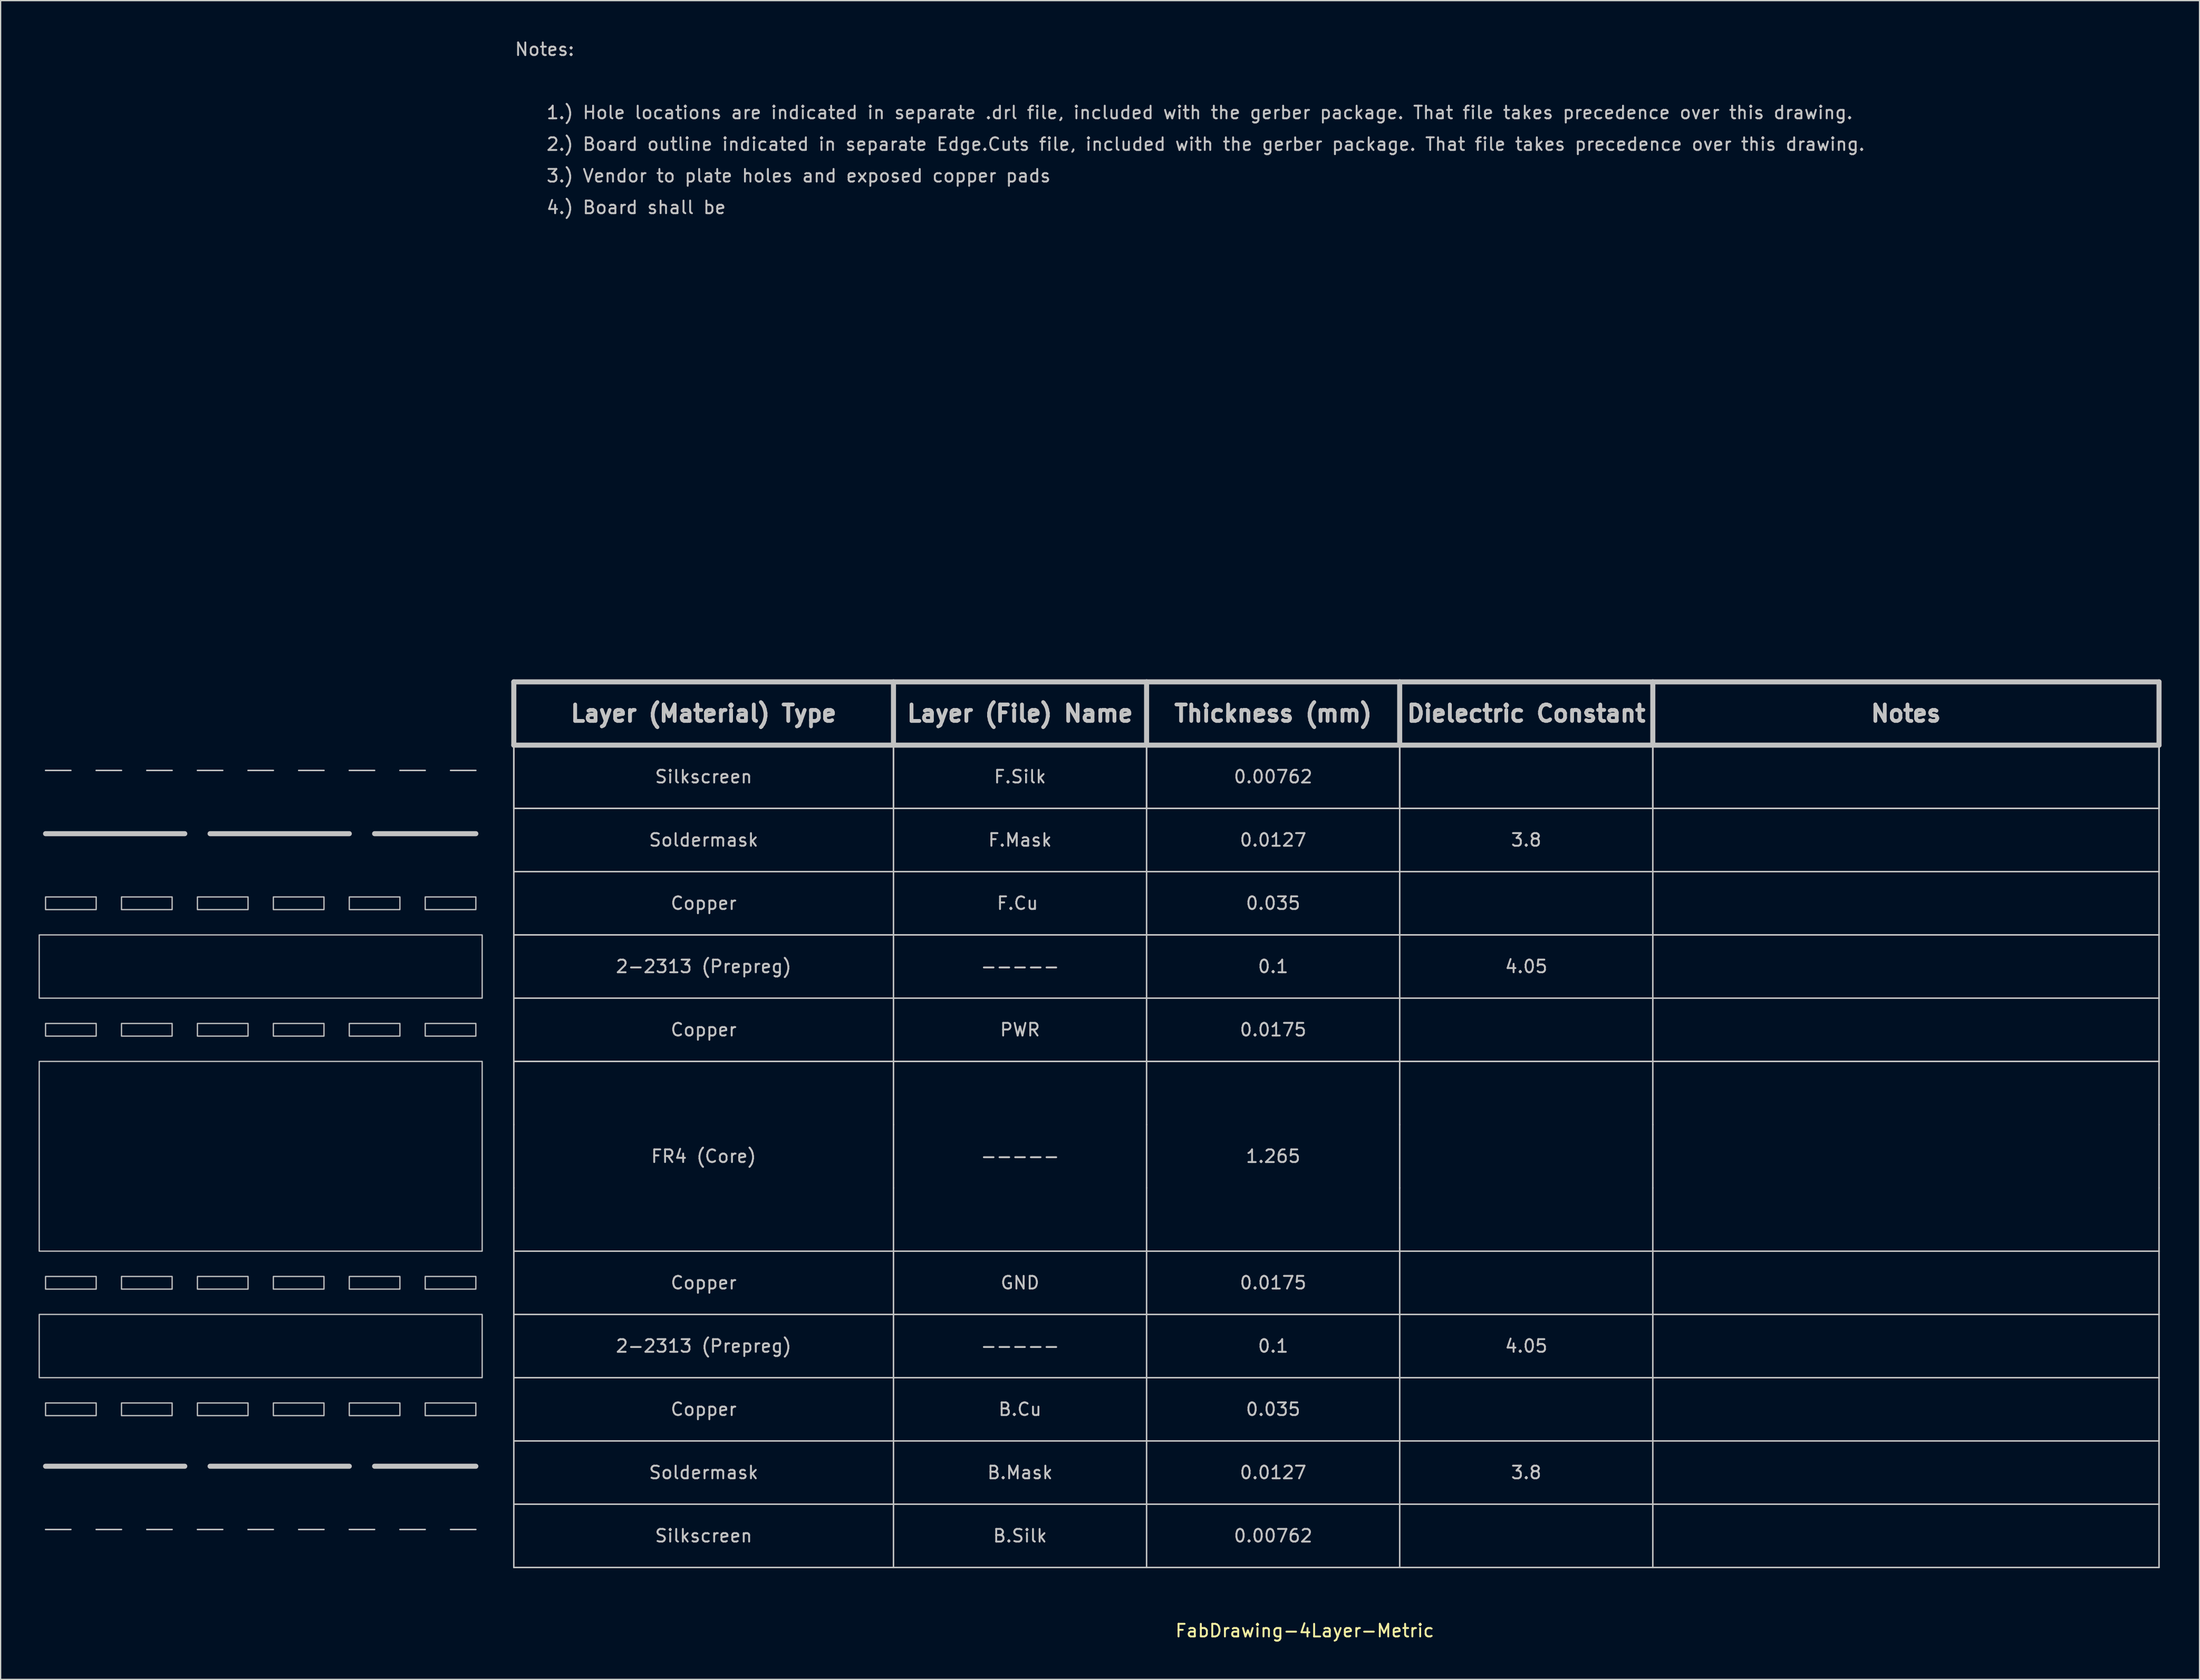
<source format=kicad_pcb>
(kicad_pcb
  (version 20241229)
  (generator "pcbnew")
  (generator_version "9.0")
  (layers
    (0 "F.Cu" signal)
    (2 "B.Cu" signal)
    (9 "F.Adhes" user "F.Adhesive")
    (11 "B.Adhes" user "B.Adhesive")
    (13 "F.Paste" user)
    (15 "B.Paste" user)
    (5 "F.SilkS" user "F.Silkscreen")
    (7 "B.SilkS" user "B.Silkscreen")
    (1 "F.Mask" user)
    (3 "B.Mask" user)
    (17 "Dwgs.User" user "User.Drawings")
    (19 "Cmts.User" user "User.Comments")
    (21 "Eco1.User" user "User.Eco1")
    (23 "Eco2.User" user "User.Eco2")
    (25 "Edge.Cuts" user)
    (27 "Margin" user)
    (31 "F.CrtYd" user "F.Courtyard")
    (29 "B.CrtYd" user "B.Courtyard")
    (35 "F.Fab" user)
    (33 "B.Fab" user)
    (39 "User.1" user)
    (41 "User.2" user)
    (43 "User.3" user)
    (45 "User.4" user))
  (footprint "FabDrawing-4Layer-Metric"
    (layer "F.Cu")
    (at 37.55 55.848)
    (property "Reference" "FabDrawing-4Layer-Metric" (at 62.5 70 0) (layer "F.SilkS") (effects (font (size 1 1) (thickness 0.15))))
    (attr exclude_from_pos_files exclude_from_bom)
    (fp_line (start -37 7) (end -26 7) (stroke (width 0.4) (type solid)) (layer "Dwgs.User"))
    (fp_line (start -37 57) (end -26 57) (stroke (width 0.4) (type solid)) (layer "Dwgs.User"))
    (fp_line (start -35 2) (end -37 2) (stroke (width 0.12) (type solid)) (layer "Dwgs.User"))
    (fp_line (start -35 62) (end -37 62) (stroke (width 0.12) (type solid)) (layer "Dwgs.User"))
    (fp_line (start -31 2) (end -33 2) (stroke (width 0.12) (type solid)) (layer "Dwgs.User"))
    (fp_line (start -31 62) (end -33 62) (stroke (width 0.12) (type solid)) (layer "Dwgs.User"))
    (fp_line (start -27 2) (end -29 2) (stroke (width 0.12) (type solid)) (layer "Dwgs.User"))
    (fp_line (start -27 62) (end -29 62) (stroke (width 0.12) (type solid)) (layer "Dwgs.User"))
    (fp_line (start -24 7) (end -13 7) (stroke (width 0.4) (type solid)) (layer "Dwgs.User"))
    (fp_line (start -24 57) (end -13 57) (stroke (width 0.4) (type solid)) (layer "Dwgs.User"))
    (fp_line (start -23 2) (end -25 2) (stroke (width 0.12) (type solid)) (layer "Dwgs.User"))
    (fp_line (start -23 62) (end -25 62) (stroke (width 0.12) (type solid)) (layer "Dwgs.User"))
    (fp_line (start -19 2) (end -21 2) (stroke (width 0.12) (type solid)) (layer "Dwgs.User"))
    (fp_line (start -19 62) (end -21 62) (stroke (width 0.12) (type solid)) (layer "Dwgs.User"))
    (fp_line (start -15 2) (end -17 2) (stroke (width 0.12) (type solid)) (layer "Dwgs.User"))
    (fp_line (start -15 62) (end -17 62) (stroke (width 0.12) (type solid)) (layer "Dwgs.User"))
    (fp_line (start -11 2) (end -13 2) (stroke (width 0.12) (type solid)) (layer "Dwgs.User"))
    (fp_line (start -11 7) (end -3 7) (stroke (width 0.4) (type solid)) (layer "Dwgs.User"))
    (fp_line (start -11 57) (end -3 57) (stroke (width 0.4) (type solid)) (layer "Dwgs.User"))
    (fp_line (start -11 62) (end -13 62) (stroke (width 0.12) (type solid)) (layer "Dwgs.User"))
    (fp_line (start -7 2) (end -9 2) (stroke (width 0.12) (type solid)) (layer "Dwgs.User"))
    (fp_line (start -7 62) (end -9 62) (stroke (width 0.12) (type solid)) (layer "Dwgs.User"))
    (fp_line (start -3 2) (end -5 2) (stroke (width 0.12) (type solid)) (layer "Dwgs.User"))
    (fp_line (start -3 62) (end -5 62) (stroke (width 0.12) (type solid)) (layer "Dwgs.User"))
    (fp_line (start 0 -5) (end 30 -5) (stroke (width 0.4) (type solid)) (layer "Dwgs.User"))
    (fp_line (start 0 0) (end 0 -5) (stroke (width 0.4) (type solid)) (layer "Dwgs.User"))
    (fp_line (start 0 0) (end 0 5) (stroke (width 0.12) (type solid)) (layer "Dwgs.User"))
    (fp_line (start 0 0) (end 0 5) (stroke (width 0.12) (type solid)) (layer "Dwgs.User"))
    (fp_line (start 0 0) (end 0 5) (stroke (width 0.12) (type solid)) (layer "Dwgs.User"))
    (fp_line (start 0 0) (end 30 0) (stroke (width 0.12) (type solid)) (layer "Dwgs.User"))
    (fp_line (start 0 0) (end 30 0) (stroke (width 0.12) (type solid)) (layer "Dwgs.User"))
    (fp_line (start 0 0) (end 30 0) (stroke (width 0.12) (type solid)) (layer "Dwgs.User"))
    (fp_line (start 0 5) (end 0 10) (stroke (width 0.12) (type solid)) (layer "Dwgs.User"))
    (fp_line (start 0 5) (end 30 5) (stroke (width 0.12) (type solid)) (layer "Dwgs.User"))
    (fp_line (start 0 5) (end 30 5) (stroke (width 0.12) (type solid)) (layer "Dwgs.User"))
    (fp_line (start 0 5) (end 30 5) (stroke (width 0.12) (type solid)) (layer "Dwgs.User"))
    (fp_line (start 0 10) (end 0 15) (stroke (width 0.12) (type solid)) (layer "Dwgs.User"))
    (fp_line (start 0 10) (end 30 10) (stroke (width 0.12) (type solid)) (layer "Dwgs.User"))
    (fp_line (start 0 15) (end 0 20) (stroke (width 0.12) (type solid)) (layer "Dwgs.User"))
    (fp_line (start 0 15) (end 30 15) (stroke (width 0.12) (type solid)) (layer "Dwgs.User"))
    (fp_line (start 0 15) (end 30 15) (stroke (width 0.12) (type solid)) (layer "Dwgs.User"))
    (fp_line (start 0 15) (end 30 15) (stroke (width 0.12) (type solid)) (layer "Dwgs.User"))
    (fp_line (start 0 20) (end 0 25) (stroke (width 0.12) (type solid)) (layer "Dwgs.User"))
    (fp_line (start 0 20) (end 30 20) (stroke (width 0.12) (type solid)) (layer "Dwgs.User"))
    (fp_line (start 0 25) (end 0 30) (stroke (width 0.12) (type solid)) (layer "Dwgs.User"))
    (fp_line (start 0 25) (end 30 25) (stroke (width 0.12) (type solid)) (layer "Dwgs.User"))
    (fp_line (start 0 25) (end 30 25) (stroke (width 0.12) (type solid)) (layer "Dwgs.User"))
    (fp_line (start 0 30) (end 0 35) (stroke (width 0.12) (type solid)) (layer "Dwgs.User"))
    (fp_line (start 0 35) (end 0 40) (stroke (width 0.12) (type solid)) (layer "Dwgs.User"))
    (fp_line (start 0 40) (end 0 45) (stroke (width 0.12) (type solid)) (layer "Dwgs.User"))
    (fp_line (start 0 40) (end 30 40) (stroke (width 0.12) (type solid)) (layer "Dwgs.User"))
    (fp_line (start 0 45) (end 0 50) (stroke (width 0.12) (type solid)) (layer "Dwgs.User"))
    (fp_line (start 0 45) (end 30 45) (stroke (width 0.12) (type solid)) (layer "Dwgs.User"))
    (fp_line (start 0 50) (end 0 55) (stroke (width 0.12) (type solid)) (layer "Dwgs.User"))
    (fp_line (start 0 50) (end 30 50) (stroke (width 0.12) (type solid)) (layer "Dwgs.User"))
    (fp_line (start 0 55) (end 0 60) (stroke (width 0.12) (type solid)) (layer "Dwgs.User"))
    (fp_line (start 0 55) (end 30 55) (stroke (width 0.12) (type solid)) (layer "Dwgs.User"))
    (fp_line (start 0 60) (end 0 65) (stroke (width 0.12) (type solid)) (layer "Dwgs.User"))
    (fp_line (start 0 60) (end 30 60) (stroke (width 0.12) (type solid)) (layer "Dwgs.User"))
    (fp_line (start 0 65) (end 30 65) (stroke (width 0.12) (type solid)) (layer "Dwgs.User"))
    (fp_line (start 30 -5) (end 30 0) (stroke (width 0.4) (type solid)) (layer "Dwgs.User"))
    (fp_line (start 30 0) (end 0 0) (stroke (width 0.4) (type solid)) (layer "Dwgs.User"))
    (fp_line (start 30 0) (end 30 5) (stroke (width 0.12) (type solid)) (layer "Dwgs.User"))
    (fp_line (start 30 0) (end 30 5) (stroke (width 0.12) (type solid)) (layer "Dwgs.User"))
    (fp_line (start 30 0) (end 30 5) (stroke (width 0.12) (type solid)) (layer "Dwgs.User"))
    (fp_line (start 30 0) (end 50 0) (stroke (width 0.12) (type solid)) (layer "Dwgs.User"))
    (fp_line (start 30 0) (end 50 0) (stroke (width 0.12) (type solid)) (layer "Dwgs.User"))
    (fp_line (start 30 0) (end 50 0) (stroke (width 0.12) (type solid)) (layer "Dwgs.User"))
    (fp_line (start 30 0) (end 50 0) (stroke (width 0.4) (type solid)) (layer "Dwgs.User"))
    (fp_line (start 30 5) (end 30 10) (stroke (width 0.12) (type solid)) (layer "Dwgs.User"))
    (fp_line (start 30 10) (end 30 15) (stroke (width 0.12) (type solid)) (layer "Dwgs.User"))
    (fp_line (start 30 10) (end 50 10) (stroke (width 0.12) (type solid)) (layer "Dwgs.User"))
    (fp_line (start 30 15) (end 30 20) (stroke (width 0.12) (type solid)) (layer "Dwgs.User"))
    (fp_line (start 30 20) (end 30 25) (stroke (width 0.12) (type solid)) (layer "Dwgs.User"))
    (fp_line (start 30 20) (end 50 20) (stroke (width 0.12) (type solid)) (layer "Dwgs.User"))
    (fp_line (start 30 25) (end 50 25) (stroke (width 0.12) (type solid)) (layer "Dwgs.User"))
    (fp_line (start 30 30) (end 30 25) (stroke (width 0.12) (type solid)) (layer "Dwgs.User"))
    (fp_line (start 30 35) (end 30 30) (stroke (width 0.12) (type solid)) (layer "Dwgs.User"))
    (fp_line (start 30 40) (end 30 35) (stroke (width 0.12) (type solid)) (layer "Dwgs.User"))
    (fp_line (start 30 40) (end 30 45) (stroke (width 0.12) (type solid)) (layer "Dwgs.User"))
    (fp_line (start 30 40) (end 50 40) (stroke (width 0.12) (type solid)) (layer "Dwgs.User"))
    (fp_line (start 30 45) (end 50 45) (stroke (width 0.12) (type solid)) (layer "Dwgs.User"))
    (fp_line (start 30 50) (end 30 45) (stroke (width 0.12) (type solid)) (layer "Dwgs.User"))
    (fp_line (start 30 50) (end 50 50) (stroke (width 0.12) (type solid)) (layer "Dwgs.User"))
    (fp_line (start 30 55) (end 30 50) (stroke (width 0.12) (type solid)) (layer "Dwgs.User"))
    (fp_line (start 30 60) (end 30 55) (stroke (width 0.12) (type solid)) (layer "Dwgs.User"))
    (fp_line (start 30 60) (end 50 60) (stroke (width 0.12) (type solid)) (layer "Dwgs.User"))
    (fp_line (start 30 65) (end 30 60) (stroke (width 0.12) (type solid)) (layer "Dwgs.User"))
    (fp_line (start 30 65) (end 50 65) (stroke (width 0.12) (type solid)) (layer "Dwgs.User"))
    (fp_line (start 50 -5) (end 30 -5) (stroke (width 0.4) (type solid)) (layer "Dwgs.User"))
    (fp_line (start 50 -5) (end 70 -5) (stroke (width 0.4) (type solid)) (layer "Dwgs.User"))
    (fp_line (start 50 0) (end 50 -5) (stroke (width 0.4) (type solid)) (layer "Dwgs.User"))
    (fp_line (start 50 0) (end 50 5) (stroke (width 0.12) (type solid)) (layer "Dwgs.User"))
    (fp_line (start 50 0) (end 50 5) (stroke (width 0.12) (type solid)) (layer "Dwgs.User"))
    (fp_line (start 50 0) (end 50 5) (stroke (width 0.12) (type solid)) (layer "Dwgs.User"))
    (fp_line (start 50 5) (end 30 5) (stroke (width 0.12) (type solid)) (layer "Dwgs.User"))
    (fp_line (start 50 5) (end 30 5) (stroke (width 0.12) (type solid)) (layer "Dwgs.User"))
    (fp_line (start 50 5) (end 30 5) (stroke (width 0.12) (type solid)) (layer "Dwgs.User"))
    (fp_line (start 50 5) (end 50 10) (stroke (width 0.12) (type solid)) (layer "Dwgs.User"))
    (fp_line (start 50 5) (end 70 5) (stroke (width 0.12) (type solid)) (layer "Dwgs.User"))
    (fp_line (start 50 5) (end 70 5) (stroke (width 0.12) (type solid)) (layer "Dwgs.User"))
    (fp_line (start 50 5) (end 70 5) (stroke (width 0.12) (type solid)) (layer "Dwgs.User"))
    (fp_line (start 50 10) (end 50 15) (stroke (width 0.12) (type solid)) (layer "Dwgs.User"))
    (fp_line (start 50 15) (end 30 15) (stroke (width 0.12) (type solid)) (layer "Dwgs.User"))
    (fp_line (start 50 15) (end 30 15) (stroke (width 0.12) (type solid)) (layer "Dwgs.User"))
    (fp_line (start 50 15) (end 30 15) (stroke (width 0.12) (type solid)) (layer "Dwgs.User"))
    (fp_line (start 50 15) (end 50 20) (stroke (width 0.12) (type solid)) (layer "Dwgs.User"))
    (fp_line (start 50 15) (end 70 15) (stroke (width 0.12) (type solid)) (layer "Dwgs.User"))
    (fp_line (start 50 15) (end 70 15) (stroke (width 0.12) (type solid)) (layer "Dwgs.User"))
    (fp_line (start 50 15) (end 70 15) (stroke (width 0.12) (type solid)) (layer "Dwgs.User"))
    (fp_line (start 50 20) (end 70 20) (stroke (width 0.12) (type solid)) (layer "Dwgs.User"))
    (fp_line (start 50 25) (end 30 25) (stroke (width 0.12) (type solid)) (layer "Dwgs.User"))
    (fp_line (start 50 25) (end 50 20) (stroke (width 0.12) (type solid)) (layer "Dwgs.User"))
    (fp_line (start 50 25) (end 70 25) (stroke (width 0.12) (type solid)) (layer "Dwgs.User"))
    (fp_line (start 50 25) (end 70 25) (stroke (width 0.12) (type solid)) (layer "Dwgs.User"))
    (fp_line (start 50 30) (end 50 25) (stroke (width 0.12) (type solid)) (layer "Dwgs.User"))
    (fp_line (start 50 35) (end 50 30) (stroke (width 0.12) (type solid)) (layer "Dwgs.User"))
    (fp_line (start 50 35) (end 50 40) (stroke (width 0.12) (type solid)) (layer "Dwgs.User"))
    (fp_line (start 50 40) (end 70 40) (stroke (width 0.12) (type solid)) (layer "Dwgs.User"))
    (fp_line (start 50 45) (end 50 40) (stroke (width 0.12) (type solid)) (layer "Dwgs.User"))
    (fp_line (start 50 45) (end 50 50) (stroke (width 0.12) (type solid)) (layer "Dwgs.User"))
    (fp_line (start 50 45) (end 70 45) (stroke (width 0.12) (type solid)) (layer "Dwgs.User"))
    (fp_line (start 50 50) (end 50 55) (stroke (width 0.12) (type solid)) (layer "Dwgs.User"))
    (fp_line (start 50 50) (end 70 50) (stroke (width 0.12) (type solid)) (layer "Dwgs.User"))
    (fp_line (start 50 55) (end 30 55) (stroke (width 0.12) (type solid)) (layer "Dwgs.User"))
    (fp_line (start 50 60) (end 50 55) (stroke (width 0.12) (type solid)) (layer "Dwgs.User"))
    (fp_line (start 50 60) (end 70 60) (stroke (width 0.12) (type solid)) (layer "Dwgs.User"))
    (fp_line (start 50 65) (end 50 60) (stroke (width 0.12) (type solid)) (layer "Dwgs.User"))
    (fp_line (start 50 65) (end 70 65) (stroke (width 0.12) (type solid)) (layer "Dwgs.User"))
    (fp_line (start 70 -5) (end 70 0) (stroke (width 0.4) (type solid)) (layer "Dwgs.User"))
    (fp_line (start 70 0) (end 50 0) (stroke (width 0.12) (type solid)) (layer "Dwgs.User"))
    (fp_line (start 70 0) (end 50 0) (stroke (width 0.12) (type solid)) (layer "Dwgs.User"))
    (fp_line (start 70 0) (end 50 0) (stroke (width 0.12) (type solid)) (layer "Dwgs.User"))
    (fp_line (start 70 0) (end 50 0) (stroke (width 0.4) (type solid)) (layer "Dwgs.User"))
    (fp_line (start 70 0) (end 70 5) (stroke (width 0.12) (type solid)) (layer "Dwgs.User"))
    (fp_line (start 70 0) (end 70 5) (stroke (width 0.12) (type solid)) (layer "Dwgs.User"))
    (fp_line (start 70 0) (end 70 5) (stroke (width 0.12) (type solid)) (layer "Dwgs.User"))
    (fp_line (start 70 0) (end 90 0) (stroke (width 0.12) (type solid)) (layer "Dwgs.User"))
    (fp_line (start 70 0) (end 90 0) (stroke (width 0.12) (type solid)) (layer "Dwgs.User"))
    (fp_line (start 70 0) (end 90 0) (stroke (width 0.12) (type solid)) (layer "Dwgs.User"))
    (fp_line (start 70 0) (end 90 0) (stroke (width 0.4) (type solid)) (layer "Dwgs.User"))
    (fp_line (start 70 5) (end 70 10) (stroke (width 0.12) (type solid)) (layer "Dwgs.User"))
    (fp_line (start 70 5) (end 90 5) (stroke (width 0.12) (type solid)) (layer "Dwgs.User"))
    (fp_line (start 70 5) (end 90 5) (stroke (width 0.12) (type solid)) (layer "Dwgs.User"))
    (fp_line (start 70 5) (end 90 5) (stroke (width 0.12) (type solid)) (layer "Dwgs.User"))
    (fp_line (start 70 10) (end 50 10) (stroke (width 0.12) (type solid)) (layer "Dwgs.User"))
    (fp_line (start 70 10) (end 70 15) (stroke (width 0.12) (type solid)) (layer "Dwgs.User"))
    (fp_line (start 70 10) (end 90 10) (stroke (width 0.12) (type solid)) (layer "Dwgs.User"))
    (fp_line (start 70 15) (end 70 20) (stroke (width 0.12) (type solid)) (layer "Dwgs.User"))
    (fp_line (start 70 15) (end 90 15) (stroke (width 0.12) (type solid)) (layer "Dwgs.User"))
    (fp_line (start 70 15) (end 90 15) (stroke (width 0.12) (type solid)) (layer "Dwgs.User"))
    (fp_line (start 70 15) (end 90 15) (stroke (width 0.12) (type solid)) (layer "Dwgs.User"))
    (fp_line (start 70 20) (end 90 20) (stroke (width 0.12) (type solid)) (layer "Dwgs.User"))
    (fp_line (start 70 25) (end 70 20) (stroke (width 0.12) (type solid)) (layer "Dwgs.User"))
    (fp_line (start 70 25) (end 90 25) (stroke (width 0.12) (type solid)) (layer "Dwgs.User"))
    (fp_line (start 70 25) (end 90 25) (stroke (width 0.12) (type solid)) (layer "Dwgs.User"))
    (fp_line (start 70 30) (end 70 25) (stroke (width 0.12) (type solid)) (layer "Dwgs.User"))
    (fp_line (start 70 35) (end 70 30) (stroke (width 0.12) (type solid)) (layer "Dwgs.User"))
    (fp_line (start 70 40) (end 70 35) (stroke (width 0.12) (type solid)) (layer "Dwgs.User"))
    (fp_line (start 70 40) (end 90 40) (stroke (width 0.12) (type solid)) (layer "Dwgs.User"))
    (fp_line (start 70 45) (end 70 40) (stroke (width 0.12) (type solid)) (layer "Dwgs.User"))
    (fp_line (start 70 45) (end 90 45) (stroke (width 0.12) (type solid)) (layer "Dwgs.User"))
    (fp_line (start 70 50) (end 70 45) (stroke (width 0.12) (type solid)) (layer "Dwgs.User"))
    (fp_line (start 70 50) (end 70 55) (stroke (width 0.12) (type solid)) (layer "Dwgs.User"))
    (fp_line (start 70 50) (end 90 50) (stroke (width 0.12) (type solid)) (layer "Dwgs.User"))
    (fp_line (start 70 55) (end 50 55) (stroke (width 0.12) (type solid)) (layer "Dwgs.User"))
    (fp_line (start 70 60) (end 70 55) (stroke (width 0.12) (type solid)) (layer "Dwgs.User"))
    (fp_line (start 70 60) (end 90 60) (stroke (width 0.12) (type solid)) (layer "Dwgs.User"))
    (fp_line (start 70 65) (end 70 60) (stroke (width 0.12) (type solid)) (layer "Dwgs.User"))
    (fp_line (start 70 65) (end 90 65) (stroke (width 0.12) (type solid)) (layer "Dwgs.User"))
    (fp_line (start 90 -5) (end 70 -5) (stroke (width 0.4) (type solid)) (layer "Dwgs.User"))
    (fp_line (start 90 0) (end 90 -5) (stroke (width 0.4) (type solid)) (layer "Dwgs.User"))
    (fp_line (start 90 0) (end 90 5) (stroke (width 0.12) (type solid)) (layer "Dwgs.User"))
    (fp_line (start 90 0) (end 90 5) (stroke (width 0.12) (type solid)) (layer "Dwgs.User"))
    (fp_line (start 90 0) (end 90 5) (stroke (width 0.12) (type solid)) (layer "Dwgs.User"))
    (fp_line (start 90 0) (end 130 0) (stroke (width 0.12) (type solid)) (layer "Dwgs.User"))
    (fp_line (start 90 0) (end 130 0) (stroke (width 0.12) (type solid)) (layer "Dwgs.User"))
    (fp_line (start 90 0) (end 130 0) (stroke (width 0.12) (type solid)) (layer "Dwgs.User"))
    (fp_line (start 90 0) (end 130 0) (stroke (width 0.4) (type solid)) (layer "Dwgs.User"))
    (fp_line (start 90 5) (end 90 10) (stroke (width 0.12) (type solid)) (layer "Dwgs.User"))
    (fp_line (start 90 5) (end 130 5) (stroke (width 0.12) (type solid)) (layer "Dwgs.User"))
    (fp_line (start 90 5) (end 130 5) (stroke (width 0.12) (type solid)) (layer "Dwgs.User"))
    (fp_line (start 90 5) (end 130 5) (stroke (width 0.12) (type solid)) (layer "Dwgs.User"))
    (fp_line (start 90 10) (end 90 15) (stroke (width 0.12) (type solid)) (layer "Dwgs.User"))
    (fp_line (start 90 10) (end 130 10) (stroke (width 0.12) (type solid)) (layer "Dwgs.User"))
    (fp_line (start 90 15) (end 90 20) (stroke (width 0.12) (type solid)) (layer "Dwgs.User"))
    (fp_line (start 90 15) (end 130 15) (stroke (width 0.12) (type solid)) (layer "Dwgs.User"))
    (fp_line (start 90 15) (end 130 15) (stroke (width 0.12) (type solid)) (layer "Dwgs.User"))
    (fp_line (start 90 15) (end 130 15) (stroke (width 0.12) (type solid)) (layer "Dwgs.User"))
    (fp_line (start 90 20) (end 130 20) (stroke (width 0.12) (type solid)) (layer "Dwgs.User"))
    (fp_line (start 90 25) (end 90 20) (stroke (width 0.12) (type solid)) (layer "Dwgs.User"))
    (fp_line (start 90 25) (end 130 25) (stroke (width 0.12) (type solid)) (layer "Dwgs.User"))
    (fp_line (start 90 25) (end 130 25) (stroke (width 0.12) (type solid)) (layer "Dwgs.User"))
    (fp_line (start 90 30) (end 90 25) (stroke (width 0.12) (type solid)) (layer "Dwgs.User"))
    (fp_line (start 90 35) (end 90 30) (stroke (width 0.12) (type solid)) (layer "Dwgs.User"))
    (fp_line (start 90 40) (end 90 35) (stroke (width 0.12) (type solid)) (layer "Dwgs.User"))
    (fp_line (start 90 40) (end 90 45) (stroke (width 0.12) (type solid)) (layer "Dwgs.User"))
    (fp_line (start 90 40) (end 130 40) (stroke (width 0.12) (type solid)) (layer "Dwgs.User"))
    (fp_line (start 90 45) (end 130 45) (stroke (width 0.12) (type solid)) (layer "Dwgs.User"))
    (fp_line (start 90 50) (end 90 45) (stroke (width 0.12) (type solid)) (layer "Dwgs.User"))
    (fp_line (start 90 50) (end 90 55) (stroke (width 0.12) (type solid)) (layer "Dwgs.User"))
    (fp_line (start 90 50) (end 130 50) (stroke (width 0.12) (type solid)) (layer "Dwgs.User"))
    (fp_line (start 90 55) (end 70 55) (stroke (width 0.12) (type solid)) (layer "Dwgs.User"))
    (fp_line (start 90 55) (end 130 55) (stroke (width 0.12) (type solid)) (layer "Dwgs.User"))
    (fp_line (start 90 60) (end 90 55) (stroke (width 0.12) (type solid)) (layer "Dwgs.User"))
    (fp_line (start 90 60) (end 130 60) (stroke (width 0.12) (type solid)) (layer "Dwgs.User"))
    (fp_line (start 90 65) (end 90 60) (stroke (width 0.12) (type solid)) (layer "Dwgs.User"))
    (fp_line (start 90 65) (end 130 65) (stroke (width 0.12) (type solid)) (layer "Dwgs.User"))
    (fp_line (start 130 -5) (end 90 -5) (stroke (width 0.4) (type solid)) (layer "Dwgs.User"))
    (fp_line (start 130 0) (end 130 -5) (stroke (width 0.4) (type solid)) (layer "Dwgs.User"))
    (fp_line (start 130 0) (end 130 5) (stroke (width 0.12) (type solid)) (layer "Dwgs.User"))
    (fp_line (start 130 0) (end 130 5) (stroke (width 0.12) (type solid)) (layer "Dwgs.User"))
    (fp_line (start 130 0) (end 130 5) (stroke (width 0.12) (type solid)) (layer "Dwgs.User"))
    (fp_line (start 130 5) (end 130 10) (stroke (width 0.12) (type solid)) (layer "Dwgs.User"))
    (fp_line (start 130 10) (end 130 15) (stroke (width 0.12) (type solid)) (layer "Dwgs.User"))
    (fp_line (start 130 15) (end 130 20) (stroke (width 0.12) (type solid)) (layer "Dwgs.User"))
    (fp_line (start 130 25) (end 130 20) (stroke (width 0.12) (type solid)) (layer "Dwgs.User"))
    (fp_line (start 130 25) (end 130 30) (stroke (width 0.12) (type solid)) (layer "Dwgs.User"))
    (fp_line (start 130 30) (end 130 35) (stroke (width 0.12) (type solid)) (layer "Dwgs.User"))
    (fp_line (start 130 40) (end 130 35) (stroke (width 0.12) (type solid)) (layer "Dwgs.User"))
    (fp_line (start 130 45) (end 130 40) (stroke (width 0.12) (type solid)) (layer "Dwgs.User"))
    (fp_line (start 130 50) (end 130 45) (stroke (width 0.12) (type solid)) (layer "Dwgs.User"))
    (fp_line (start 130 50) (end 130 55) (stroke (width 0.12) (type solid)) (layer "Dwgs.User"))
    (fp_line (start 130 60) (end 130 55) (stroke (width 0.12) (type solid)) (layer "Dwgs.User"))
    (fp_line (start 130 65) (end 130 60) (stroke (width 0.12) (type solid)) (layer "Dwgs.User"))
    (fp_poly (pts (xy -33 13) (xy -37 13) (xy -37 12) (xy -33 12)) (stroke (width 0.1) (type solid)) (fill no) (layer "Dwgs.User"))
    (fp_poly (pts (xy -33 23) (xy -37 23) (xy -37 22) (xy -33 22)) (stroke (width 0.1) (type solid)) (fill no) (layer "Dwgs.User"))
    (fp_poly (pts (xy -33 43) (xy -37 43) (xy -37 42) (xy -33 42)) (stroke (width 0.1) (type solid)) (fill no) (layer "Dwgs.User"))
    (fp_poly (pts (xy -33 53) (xy -37 53) (xy -37 52) (xy -33 52)) (stroke (width 0.1) (type solid)) (fill no) (layer "Dwgs.User"))
    (fp_poly (pts (xy -27 13) (xy -31 13) (xy -31 12) (xy -27 12)) (stroke (width 0.1) (type solid)) (fill no) (layer "Dwgs.User"))
    (fp_poly (pts (xy -27 23) (xy -31 23) (xy -31 22) (xy -27 22)) (stroke (width 0.1) (type solid)) (fill no) (layer "Dwgs.User"))
    (fp_poly (pts (xy -27 43) (xy -31 43) (xy -31 42) (xy -27 42)) (stroke (width 0.1) (type solid)) (fill no) (layer "Dwgs.User"))
    (fp_poly (pts (xy -27 53) (xy -31 53) (xy -31 52) (xy -27 52)) (stroke (width 0.1) (type solid)) (fill no) (layer "Dwgs.User"))
    (fp_poly (pts (xy -21 13) (xy -25 13) (xy -25 12) (xy -21 12)) (stroke (width 0.1) (type solid)) (fill no) (layer "Dwgs.User"))
    (fp_poly (pts (xy -21 23) (xy -25 23) (xy -25 22) (xy -21 22)) (stroke (width 0.1) (type solid)) (fill no) (layer "Dwgs.User"))
    (fp_poly (pts (xy -21 43) (xy -25 43) (xy -25 42) (xy -21 42)) (stroke (width 0.1) (type solid)) (fill no) (layer "Dwgs.User"))
    (fp_poly (pts (xy -21 53) (xy -25 53) (xy -25 52) (xy -21 52)) (stroke (width 0.1) (type solid)) (fill no) (layer "Dwgs.User"))
    (fp_poly (pts (xy -15 13) (xy -19 13) (xy -19 12) (xy -15 12)) (stroke (width 0.1) (type solid)) (fill no) (layer "Dwgs.User"))
    (fp_poly (pts (xy -15 23) (xy -19 23) (xy -19 22) (xy -15 22)) (stroke (width 0.1) (type solid)) (fill no) (layer "Dwgs.User"))
    (fp_poly (pts (xy -15 43) (xy -19 43) (xy -19 42) (xy -15 42)) (stroke (width 0.1) (type solid)) (fill no) (layer "Dwgs.User"))
    (fp_poly (pts (xy -15 53) (xy -19 53) (xy -19 52) (xy -15 52)) (stroke (width 0.1) (type solid)) (fill no) (layer "Dwgs.User"))
    (fp_poly (pts (xy -9 13) (xy -13 13) (xy -13 12) (xy -9 12)) (stroke (width 0.1) (type solid)) (fill no) (layer "Dwgs.User"))
    (fp_poly (pts (xy -9 23) (xy -13 23) (xy -13 22) (xy -9 22)) (stroke (width 0.1) (type solid)) (fill no) (layer "Dwgs.User"))
    (fp_poly (pts (xy -9 43) (xy -13 43) (xy -13 42) (xy -9 42)) (stroke (width 0.1) (type solid)) (fill no) (layer "Dwgs.User"))
    (fp_poly (pts (xy -9 53) (xy -13 53) (xy -13 52) (xy -9 52)) (stroke (width 0.1) (type solid)) (fill no) (layer "Dwgs.User"))
    (fp_poly (pts (xy -3 13) (xy -7 13) (xy -7 12) (xy -3 12)) (stroke (width 0.1) (type solid)) (fill no) (layer "Dwgs.User"))
    (fp_poly (pts (xy -3 23) (xy -7 23) (xy -7 22) (xy -3 22)) (stroke (width 0.1) (type solid)) (fill no) (layer "Dwgs.User"))
    (fp_poly (pts (xy -3 43) (xy -7 43) (xy -7 42) (xy -3 42)) (stroke (width 0.1) (type solid)) (fill no) (layer "Dwgs.User"))
    (fp_poly (pts (xy -3 53) (xy -7 53) (xy -7 52) (xy -3 52)) (stroke (width 0.1) (type solid)) (fill no) (layer "Dwgs.User"))
    (fp_poly (pts (xy -2.5 20) (xy -37.5 20) (xy -37.5 15) (xy -2.5 15)) (stroke (width 0.1) (type solid)) (fill no) (layer "Dwgs.User"))
    (fp_poly (pts (xy -2.5 40) (xy -37.5 40) (xy -37.5 25) (xy -2.5 25)) (stroke (width 0.1) (type solid)) (fill no) (layer "Dwgs.User"))
    (fp_poly (pts (xy -2.5 50) (xy -37.5 50) (xy -37.5 45) (xy -2.5 45)) (stroke (width 0.1) (type solid)) (fill no) (layer "Dwgs.User"))
    (fp_text user "F.Mask" (at 40 7.5 0) (layer "Dwgs.User") (effects (font (size 1 1) (thickness 0.15))))
    (fp_text user "Copper" (at 15 42.5 0) (layer "Dwgs.User") (effects (font (size 1 1) (thickness 0.15))))
    (fp_text user "-----" (at 40 32.5 0) (layer "Dwgs.User") (effects (font (size 1 1) (thickness 0.15))))
    (fp_text user "F.Silk" (at 40 2.5 0) (layer "Dwgs.User") (effects (font (size 1 1) (thickness 0.15))))
    (fp_text user "3.8" (at 80 57.5 0) (layer "Dwgs.User") (effects (font (size 1 1) (thickness 0.15))))
    (fp_text user "0.0175" (at 60 42.5 0) (layer "Dwgs.User") (effects (font (size 1 1) (thickness 0.15))))
    (fp_text user "B.Silk" (at 40 62.5 0) (layer "Dwgs.User") (effects (font (size 1 1) (thickness 0.15))))
    (fp_text user "4.) Board shall be " (at 2.5 -42.5 0) (layer "Dwgs.User") (effects (font (size 1 1) (thickness 0.15)) (justify left)))
    (fp_text user "Copper" (at 15 52.5 0) (layer "Dwgs.User") (effects (font (size 1 1) (thickness 0.15))))
    (fp_text user "0.035" (at 60 12.5 0) (layer "Dwgs.User") (effects (font (size 1 1) (thickness 0.15))))
    (fp_text user "0.0127" (at 60 7.5 0) (layer "Dwgs.User") (effects (font (size 1 1) (thickness 0.15))))
    (fp_text user "Layer (Material) Type" (at 15 -2.5 0) (layer "Dwgs.User") (effects (font (size 1.3 1.3) (thickness 0.3))))
    (fp_text user "0.1" (at 60 47.5 0) (layer "Dwgs.User") (effects (font (size 1 1) (thickness 0.15))))
    (fp_text user "B.Cu" (at 40 52.5 0) (layer "Dwgs.User") (effects (font (size 1 1) (thickness 0.15))))
    (fp_text user "-----" (at 40 47.5 0) (layer "Dwgs.User") (effects (font (size 1 1) (thickness 0.15))))
    (fp_text user "1.) Hole locations are indicated in separate .drl file, included with the gerber package. That file takes precedence over this drawing." (at 2.5 -50 0) (layer "Dwgs.User") (effects (font (size 1 1) (thickness 0.15)) (justify left)))
    (fp_text user "4.05" (at 80 47.5 0) (layer "Dwgs.User") (effects (font (size 1 1) (thickness 0.15))))
    (fp_text user "0.00762" (at 60 62.5 0) (layer "Dwgs.User") (effects (font (size 1 1) (thickness 0.15))))
    (fp_text user "3.) Vendor to plate holes and exposed copper pads" (at 2.5 -45 0) (layer "Dwgs.User") (effects (font (size 1 1) (thickness 0.15)) (justify left)))
    (fp_text user "FR4 (Core)" (at 15 32.5 0) (layer "Dwgs.User") (effects (font (size 1 1) (thickness 0.15))))
    (fp_text user "4.05" (at 80 17.5 0) (layer "Dwgs.User") (effects (font (size 1 1) (thickness 0.15))))
    (fp_text user "Copper" (at 15 22.5 0) (layer "Dwgs.User") (effects (font (size 1 1) (thickness 0.15))))
    (fp_text user "Thickness (mm)" (at 60 -2.5 0) (layer "Dwgs.User") (effects (font (size 1.3 1.3) (thickness 0.3))))
    (fp_text user "Dielectric Constant" (at 80 -2.5 0) (layer "Dwgs.User") (effects (font (size 1.3 1.3) (thickness 0.3))))
    (fp_text user "Silkscreen" (at 15 62.5 0) (layer "Dwgs.User") (effects (font (size 1 1) (thickness 0.15))))
    (fp_text user "0.035" (at 60 52.5 0) (layer "Dwgs.User") (effects (font (size 1 1) (thickness 0.15))))
    (fp_text user "Copper" (at 15 12.5 0) (layer "Dwgs.User") (effects (font (size 1 1) (thickness 0.15))))
    (fp_text user "Soldermask" (at 15 57.5 0) (layer "Dwgs.User") (effects (font (size 1 1) (thickness 0.15))))
    (fp_text user "0.0127" (at 60 57.5 0) (layer "Dwgs.User") (effects (font (size 1 1) (thickness 0.15))))
    (fp_text user "-----" (at 40 17.5 0) (layer "Dwgs.User") (effects (font (size 1 1) (thickness 0.15))))
    (fp_text user "2-2313 (Prepreg)" (at 15 17.5 0) (layer "Dwgs.User") (effects (font (size 1 1) (thickness 0.15))))
    (fp_text user "Layer (File) Name" (at 40 -2.5 0) (layer "Dwgs.User") (effects (font (size 1.3 1.3) (thickness 0.3))))
    (fp_text user "0.00762" (at 60 2.5 0) (layer "Dwgs.User") (effects (font (size 1 1) (thickness 0.15))))
    (fp_text user "F.Cu" (at 39.8 12.5 0) (layer "Dwgs.User") (effects (font (size 1 1) (thickness 0.15))))
    (fp_text user "Soldermask" (at 15 7.5 0) (layer "Dwgs.User") (effects (font (size 1 1) (thickness 0.15))))
    (fp_text user "Notes" (at 110 -2.5 0) (layer "Dwgs.User") (effects (font (size 1.3 1.3) (thickness 0.3))))
    (fp_text user "3.8" (at 80 7.5 0) (layer "Dwgs.User") (effects (font (size 1 1) (thickness 0.15))))
    (fp_text user "0.0175" (at 60 22.5 0) (layer "Dwgs.User") (effects (font (size 1 1) (thickness 0.15))))
    (fp_text user "1.265" (at 60 32.5 0) (layer "Dwgs.User") (effects (font (size 1 1) (thickness 0.15))))
    (fp_text user "B.Mask" (at 40 57.5 0) (layer "Dwgs.User") (effects (font (size 1 1) (thickness 0.15))))
    (fp_text user "GND" (at 40 42.5 0) (layer "Dwgs.User") (effects (font (size 1 1) (thickness 0.15))))
    (fp_text user "2.) Board outline indicated in separate Edge.Cuts file, included with the gerber package. That file takes precedence over this drawing." (at 2.5 -47.5 0) (layer "Dwgs.User") (effects (font (size 1 1) (thickness 0.15)) (justify left)))
    (fp_text user "Notes:" (at 0 -55 0) (layer "Dwgs.User") (effects (font (size 1 1) (thickness 0.15)) (justify left)))
    (fp_text user "PWR" (at 40 22.5 0) (layer "Dwgs.User") (effects (font (size 1 1) (thickness 0.15))))
    (fp_text user "0.1" (at 60 17.5 0) (layer "Dwgs.User") (effects (font (size 1 1) (thickness 0.15))))
    (fp_text user "Silkscreen" (at 15 2.5 0) (layer "Dwgs.User") (effects (font (size 1 1) (thickness 0.15))))
    (fp_text user "2-2313 (Prepreg)" (at 15 47.5 0) (layer "Dwgs.User") (effects (font (size 1 1) (thickness 0.15)))))
  (gr_rect
    (start -3 -3)
    (end 170.75 129.696)
    (stroke (width 0.1) (type default))
    (fill no)
    (layer "Edge.Cuts")))
</source>
